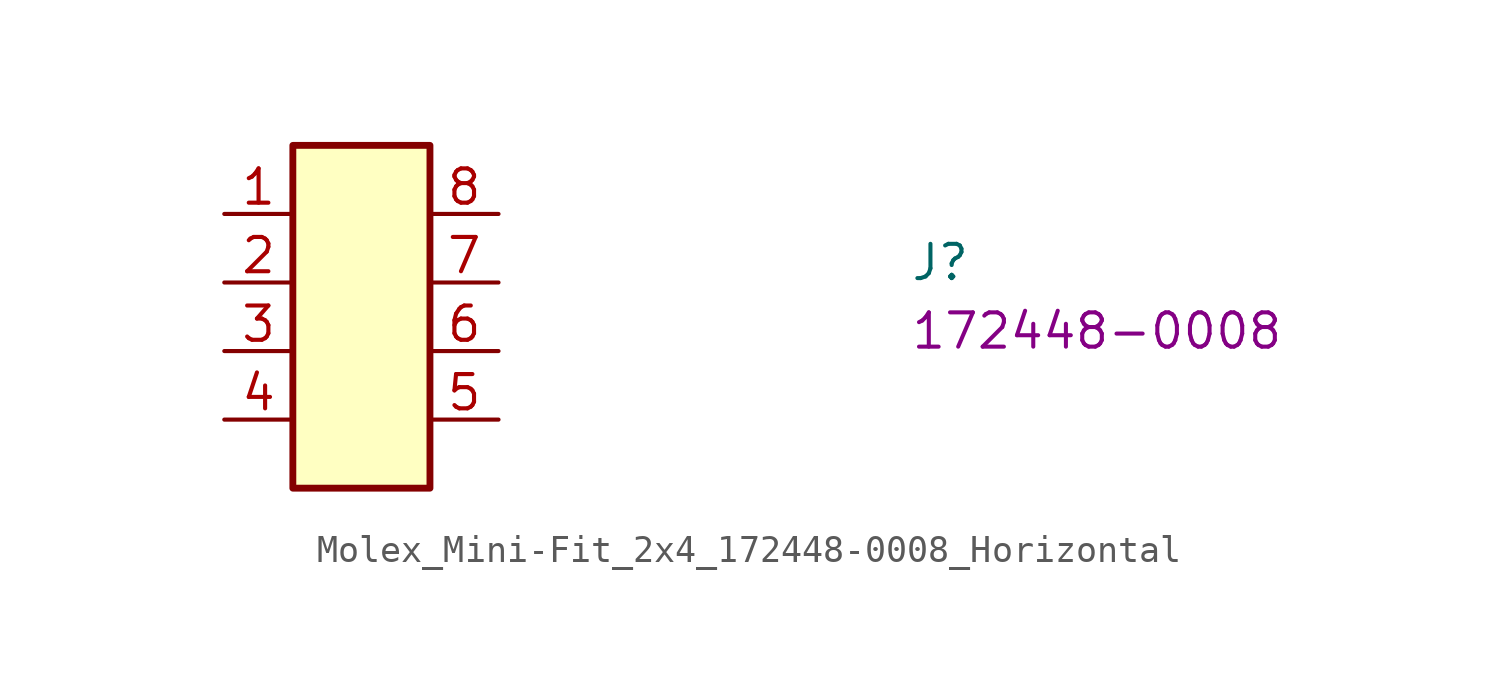
<source format=kicad_sym>
(kicad_symbol_lib
  (version 20220914)
  (generator kicad_symbol_editor)
  (symbol "Molex_Mini-Fit_2x4_172448-0008_Horizontal"
    (property "Reference" "J"
      (at 25.4 -2.54 0)
      (effects (font (size 1.27 1.27) (thickness 0.15)) (justify left bottom)))
    (property "MPN" "172448-0008"
      (at 25.4 -5.08 0)
      (effects (font (size 1.27 1.27) (thickness 0.15)) (justify left bottom)))
    (symbol "Molex_Mini-Fit_2x4_172448-0008_Horizontal_1_1"
      (rectangle (start 2.54 2.54) (end 7.62 -10.16) (stroke (width 0.254) (type default)) (fill (type background)))
      (pin passive line (at 0 0 0) (length 2.54) (name "~" (effects (font (size 1.27 1.27)))) (number "1" (effects (font (size 1.27 1.27)))))
      (pin passive line (at 0 -2.54 0) (length 2.54) (name "~" (effects (font (size 1.27 1.27)))) (number "2" (effects (font (size 1.27 1.27)))))
      (pin passive line (at 0 -5.08 0) (length 2.54) (name "~" (effects (font (size 1.27 1.27)))) (number "3" (effects (font (size 1.27 1.27)))))
      (pin passive line (at 0 -7.62 0) (length 2.54) (name "~" (effects (font (size 1.27 1.27)))) (number "4" (effects (font (size 1.27 1.27)))))
      (pin passive line (at 10.16 -7.62 180) (length 2.54) (name "~" (effects (font (size 1.27 1.27)))) (number "5" (effects (font (size 1.27 1.27)))))
      (pin passive line (at 10.16 -5.08 180) (length 2.54) (name "~" (effects (font (size 1.27 1.27)))) (number "6" (effects (font (size 1.27 1.27)))))
      (pin passive line (at 10.16 -2.54 180) (length 2.54) (name "~" (effects (font (size 1.27 1.27)))) (number "7" (effects (font (size 1.27 1.27)))))
      (pin passive line (at 10.16 0 180) (length 2.54) (name "~" (effects (font (size 1.27 1.27)))) (number "8" (effects (font (size 1.27 1.27))))))))
</source>
